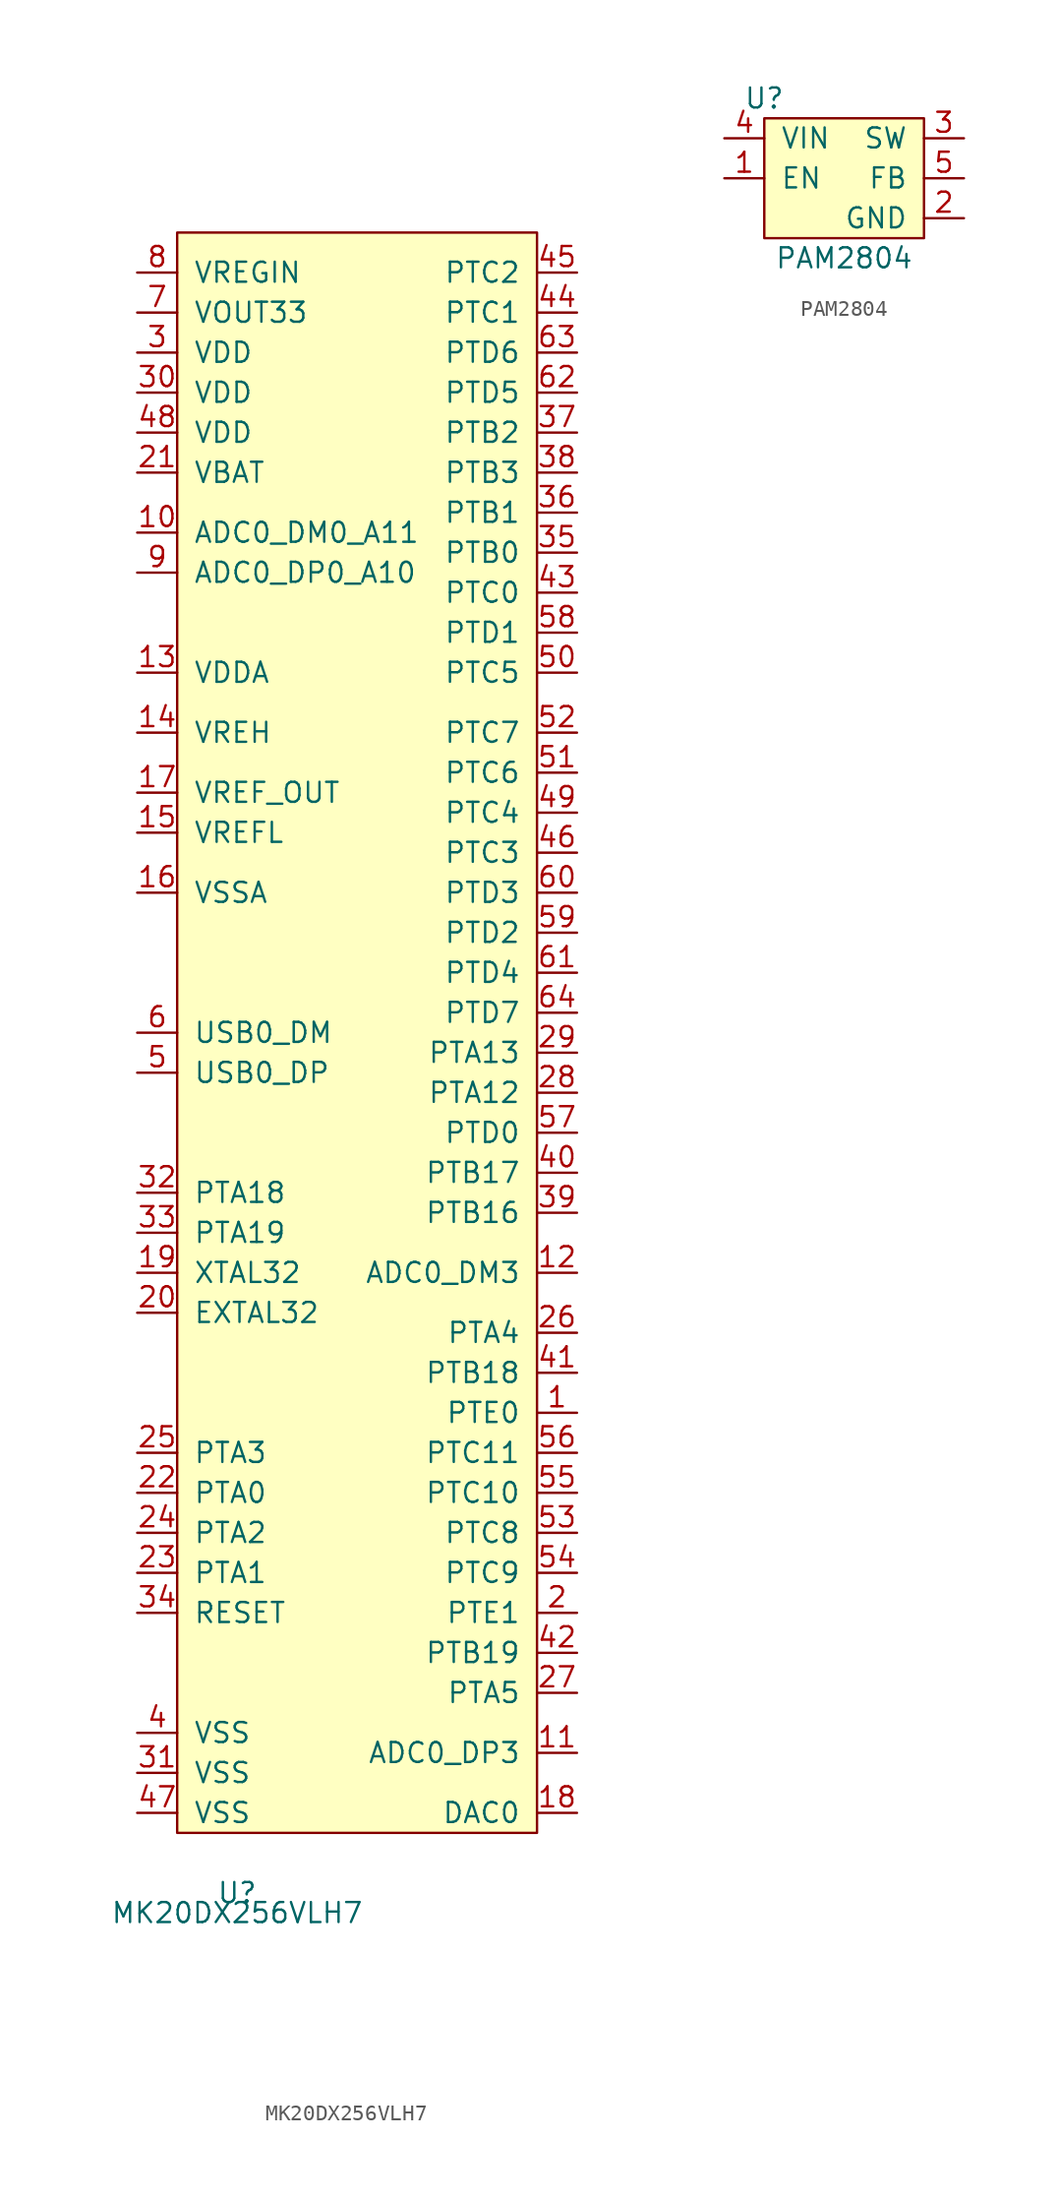
<source format=kicad_sym>
(kicad_symbol_lib
  (version 20211014)
  (generator kicad_symbol_editor)
  (symbol "MK20DX256VLH7"
    (pin_names
      (offset 1.016))
    (property "Reference" "U"
      (at 3.81 -3.81 0)
      (effects (font (size 1.27 1.27))))
    (property "Value" "MK20DX256VLH7"
      (at 3.81 -5.08 0)
      (effects (font (size 1.27 1.27))))
    (symbol "MK20DX256VLH7_0_1"
      (rectangle (start 0 0) (end 22.86 101.6) (stroke (width 0) (type default) (color 0 0 0 0)) (fill (type background))))
    (symbol "MK20DX256VLH7_1_1"
      (pin input line (at 25.4 26.67 180) (length 2.54) (name "PTE0" (effects (font (size 1.27 1.27)))) (number "1" (effects (font (size 1.27 1.27)))))
      (pin input line (at -2.54 82.55 0) (length 2.54) (name "ADC0_DM0_A11" (effects (font (size 1.27 1.27)))) (number "10" (effects (font (size 1.27 1.27)))))
      (pin input line (at 25.4 5.08 180) (length 2.54) (name "ADC0_DP3" (effects (font (size 1.27 1.27)))) (number "11" (effects (font (size 1.27 1.27)))))
      (pin input line (at 25.4 35.56 180) (length 2.54) (name "ADC0_DM3" (effects (font (size 1.27 1.27)))) (number "12" (effects (font (size 1.27 1.27)))))
      (pin input line (at -2.54 73.66 0) (length 2.54) (name "VDDA" (effects (font (size 1.27 1.27)))) (number "13" (effects (font (size 1.27 1.27)))))
      (pin input line (at -2.54 69.85 0) (length 2.54) (name "VREH" (effects (font (size 1.27 1.27)))) (number "14" (effects (font (size 1.27 1.27)))))
      (pin input line (at -2.54 63.5 0) (length 2.54) (name "VREFL" (effects (font (size 1.27 1.27)))) (number "15" (effects (font (size 1.27 1.27)))))
      (pin input line (at -2.54 59.69 0) (length 2.54) (name "VSSA" (effects (font (size 1.27 1.27)))) (number "16" (effects (font (size 1.27 1.27)))))
      (pin input line (at -2.54 66.04 0) (length 2.54) (name "VREF_OUT" (effects (font (size 1.27 1.27)))) (number "17" (effects (font (size 1.27 1.27)))))
      (pin input line (at 25.4 1.27 180) (length 2.54) (name "DAC0" (effects (font (size 1.27 1.27)))) (number "18" (effects (font (size 1.27 1.27)))))
      (pin input line (at -2.54 35.56 0) (length 2.54) (name "XTAL32" (effects (font (size 1.27 1.27)))) (number "19" (effects (font (size 1.27 1.27)))))
      (pin input line (at 25.4 13.97 180) (length 2.54) (name "PTE1" (effects (font (size 1.27 1.27)))) (number "2" (effects (font (size 1.27 1.27)))))
      (pin input line (at -2.54 33.02 0) (length 2.54) (name "EXTAL32" (effects (font (size 1.27 1.27)))) (number "20" (effects (font (size 1.27 1.27)))))
      (pin input line (at -2.54 86.36 0) (length 2.54) (name "VBAT" (effects (font (size 1.27 1.27)))) (number "21" (effects (font (size 1.27 1.27)))))
      (pin input line (at -2.54 21.59 0) (length 2.54) (name "PTA0" (effects (font (size 1.27 1.27)))) (number "22" (effects (font (size 1.27 1.27)))))
      (pin input line (at -2.54 16.51 0) (length 2.54) (name "PTA1" (effects (font (size 1.27 1.27)))) (number "23" (effects (font (size 1.27 1.27)))))
      (pin input line (at -2.54 19.05 0) (length 2.54) (name "PTA2" (effects (font (size 1.27 1.27)))) (number "24" (effects (font (size 1.27 1.27)))))
      (pin input line (at -2.54 24.13 0) (length 2.54) (name "PTA3" (effects (font (size 1.27 1.27)))) (number "25" (effects (font (size 1.27 1.27)))))
      (pin input line (at 25.4 31.75 180) (length 2.54) (name "PTA4" (effects (font (size 1.27 1.27)))) (number "26" (effects (font (size 1.27 1.27)))))
      (pin input line (at 25.4 8.89 180) (length 2.54) (name "PTA5" (effects (font (size 1.27 1.27)))) (number "27" (effects (font (size 1.27 1.27)))))
      (pin input line (at 25.4 46.99 180) (length 2.54) (name "PTA12" (effects (font (size 1.27 1.27)))) (number "28" (effects (font (size 1.27 1.27)))))
      (pin input line (at 25.4 49.53 180) (length 2.54) (name "PTA13" (effects (font (size 1.27 1.27)))) (number "29" (effects (font (size 1.27 1.27)))))
      (pin input line (at -2.54 93.98 0) (length 2.54) (name "VDD" (effects (font (size 1.27 1.27)))) (number "3" (effects (font (size 1.27 1.27)))))
      (pin input line (at -2.54 91.44 0) (length 2.54) (name "VDD" (effects (font (size 1.27 1.27)))) (number "30" (effects (font (size 1.27 1.27)))))
      (pin input line (at -2.54 3.81 0) (length 2.54) (name "VSS" (effects (font (size 1.27 1.27)))) (number "31" (effects (font (size 1.27 1.27)))))
      (pin input line (at -2.54 40.64 0) (length 2.54) (name "PTA18" (effects (font (size 1.27 1.27)))) (number "32" (effects (font (size 1.27 1.27)))))
      (pin input line (at -2.54 38.1 0) (length 2.54) (name "PTA19" (effects (font (size 1.27 1.27)))) (number "33" (effects (font (size 1.27 1.27)))))
      (pin input line (at -2.54 13.97 0) (length 2.54) (name "RESET" (effects (font (size 1.27 1.27)))) (number "34" (effects (font (size 1.27 1.27)))))
      (pin input line (at 25.4 81.28 180) (length 2.54) (name "PTB0" (effects (font (size 1.27 1.27)))) (number "35" (effects (font (size 1.27 1.27)))))
      (pin input line (at 25.4 83.82 180) (length 2.54) (name "PTB1" (effects (font (size 1.27 1.27)))) (number "36" (effects (font (size 1.27 1.27)))))
      (pin input line (at 25.4 88.9 180) (length 2.54) (name "PTB2" (effects (font (size 1.27 1.27)))) (number "37" (effects (font (size 1.27 1.27)))))
      (pin input line (at 25.4 86.36 180) (length 2.54) (name "PTB3" (effects (font (size 1.27 1.27)))) (number "38" (effects (font (size 1.27 1.27)))))
      (pin input line (at 25.4 39.37 180) (length 2.54) (name "PTB16" (effects (font (size 1.27 1.27)))) (number "39" (effects (font (size 1.27 1.27)))))
      (pin input line (at -2.54 6.35 0) (length 2.54) (name "VSS" (effects (font (size 1.27 1.27)))) (number "4" (effects (font (size 1.27 1.27)))))
      (pin input line (at 25.4 41.91 180) (length 2.54) (name "PTB17" (effects (font (size 1.27 1.27)))) (number "40" (effects (font (size 1.27 1.27)))))
      (pin input line (at 25.4 29.21 180) (length 2.54) (name "PTB18" (effects (font (size 1.27 1.27)))) (number "41" (effects (font (size 1.27 1.27)))))
      (pin input line (at 25.4 11.43 180) (length 2.54) (name "PTB19" (effects (font (size 1.27 1.27)))) (number "42" (effects (font (size 1.27 1.27)))))
      (pin input line (at 25.4 78.74 180) (length 2.54) (name "PTC0" (effects (font (size 1.27 1.27)))) (number "43" (effects (font (size 1.27 1.27)))))
      (pin input line (at 25.4 96.52 180) (length 2.54) (name "PTC1" (effects (font (size 1.27 1.27)))) (number "44" (effects (font (size 1.27 1.27)))))
      (pin input line (at 25.4 99.06 180) (length 2.54) (name "PTC2" (effects (font (size 1.27 1.27)))) (number "45" (effects (font (size 1.27 1.27)))))
      (pin input line (at 25.4 62.23 180) (length 2.54) (name "PTC3" (effects (font (size 1.27 1.27)))) (number "46" (effects (font (size 1.27 1.27)))))
      (pin input line (at -2.54 1.27 0) (length 2.54) (name "VSS" (effects (font (size 1.27 1.27)))) (number "47" (effects (font (size 1.27 1.27)))))
      (pin input line (at -2.54 88.9 0) (length 2.54) (name "VDD" (effects (font (size 1.27 1.27)))) (number "48" (effects (font (size 1.27 1.27)))))
      (pin input line (at 25.4 64.77 180) (length 2.54) (name "PTC4" (effects (font (size 1.27 1.27)))) (number "49" (effects (font (size 1.27 1.27)))))
      (pin input line (at -2.54 48.26 0) (length 2.54) (name "USB0_DP" (effects (font (size 1.27 1.27)))) (number "5" (effects (font (size 1.27 1.27)))))
      (pin input line (at 25.4 73.66 180) (length 2.54) (name "PTC5" (effects (font (size 1.27 1.27)))) (number "50" (effects (font (size 1.27 1.27)))))
      (pin input line (at 25.4 67.31 180) (length 2.54) (name "PTC6" (effects (font (size 1.27 1.27)))) (number "51" (effects (font (size 1.27 1.27)))))
      (pin input line (at 25.4 69.85 180) (length 2.54) (name "PTC7" (effects (font (size 1.27 1.27)))) (number "52" (effects (font (size 1.27 1.27)))))
      (pin input line (at 25.4 19.05 180) (length 2.54) (name "PTC8" (effects (font (size 1.27 1.27)))) (number "53" (effects (font (size 1.27 1.27)))))
      (pin input line (at 25.4 16.51 180) (length 2.54) (name "PTC9" (effects (font (size 1.27 1.27)))) (number "54" (effects (font (size 1.27 1.27)))))
      (pin input line (at 25.4 21.59 180) (length 2.54) (name "PTC10" (effects (font (size 1.27 1.27)))) (number "55" (effects (font (size 1.27 1.27)))))
      (pin input line (at 25.4 24.13 180) (length 2.54) (name "PTC11" (effects (font (size 1.27 1.27)))) (number "56" (effects (font (size 1.27 1.27)))))
      (pin input line (at 25.4 44.45 180) (length 2.54) (name "PTD0" (effects (font (size 1.27 1.27)))) (number "57" (effects (font (size 1.27 1.27)))))
      (pin input line (at 25.4 76.2 180) (length 2.54) (name "PTD1" (effects (font (size 1.27 1.27)))) (number "58" (effects (font (size 1.27 1.27)))))
      (pin input line (at 25.4 57.15 180) (length 2.54) (name "PTD2" (effects (font (size 1.27 1.27)))) (number "59" (effects (font (size 1.27 1.27)))))
      (pin input line (at -2.54 50.8 0) (length 2.54) (name "USB0_DM" (effects (font (size 1.27 1.27)))) (number "6" (effects (font (size 1.27 1.27)))))
      (pin input line (at 25.4 59.69 180) (length 2.54) (name "PTD3" (effects (font (size 1.27 1.27)))) (number "60" (effects (font (size 1.27 1.27)))))
      (pin input line (at 25.4 54.61 180) (length 2.54) (name "PTD4" (effects (font (size 1.27 1.27)))) (number "61" (effects (font (size 1.27 1.27)))))
      (pin input line (at 25.4 91.44 180) (length 2.54) (name "PTD5" (effects (font (size 1.27 1.27)))) (number "62" (effects (font (size 1.27 1.27)))))
      (pin input line (at 25.4 93.98 180) (length 2.54) (name "PTD6" (effects (font (size 1.27 1.27)))) (number "63" (effects (font (size 1.27 1.27)))))
      (pin input line (at 25.4 52.07 180) (length 2.54) (name "PTD7" (effects (font (size 1.27 1.27)))) (number "64" (effects (font (size 1.27 1.27)))))
      (pin input line (at -2.54 96.52 0) (length 2.54) (name "VOUT33" (effects (font (size 1.27 1.27)))) (number "7" (effects (font (size 1.27 1.27)))))
      (pin input line (at -2.54 99.06 0) (length 2.54) (name "VREGIN" (effects (font (size 1.27 1.27)))) (number "8" (effects (font (size 1.27 1.27)))))
      (pin input line (at -2.54 80.01 0) (length 2.54) (name "ADC0_DP0_A10" (effects (font (size 1.27 1.27)))) (number "9" (effects (font (size 1.27 1.27)))))))
  (symbol "PAM2804"
    (pin_names
      (offset 1.016))
    (property "Reference" "U"
      (at 0 8.89 0)
      (effects (font (size 1.27 1.27))))
    (property "Value" "PAM2804"
      (at 5.08 -1.27 0)
      (effects (font (size 1.27 1.27))))
    (symbol "PAM2804_0_1"
      (rectangle (start 0 0) (end 10.16 7.62) (stroke (width 0) (type default) (color 0 0 0 0)) (fill (type background))))
    (symbol "PAM2804_1_1"
      (pin input line (at -2.54 3.81 0) (length 2.54) (name "EN" (effects (font (size 1.27 1.27)))) (number "1" (effects (font (size 1.27 1.27)))))
      (pin input line (at 12.7 1.27 180) (length 2.54) (name "GND" (effects (font (size 1.27 1.27)))) (number "2" (effects (font (size 1.27 1.27)))))
      (pin input line (at 12.7 6.35 180) (length 2.54) (name "SW" (effects (font (size 1.27 1.27)))) (number "3" (effects (font (size 1.27 1.27)))))
      (pin input line (at -2.54 6.35 0) (length 2.54) (name "VIN" (effects (font (size 1.27 1.27)))) (number "4" (effects (font (size 1.27 1.27)))))
      (pin input line (at 12.7 3.81 180) (length 2.54) (name "FB" (effects (font (size 1.27 1.27)))) (number "5" (effects (font (size 1.27 1.27))))))))
</source>
